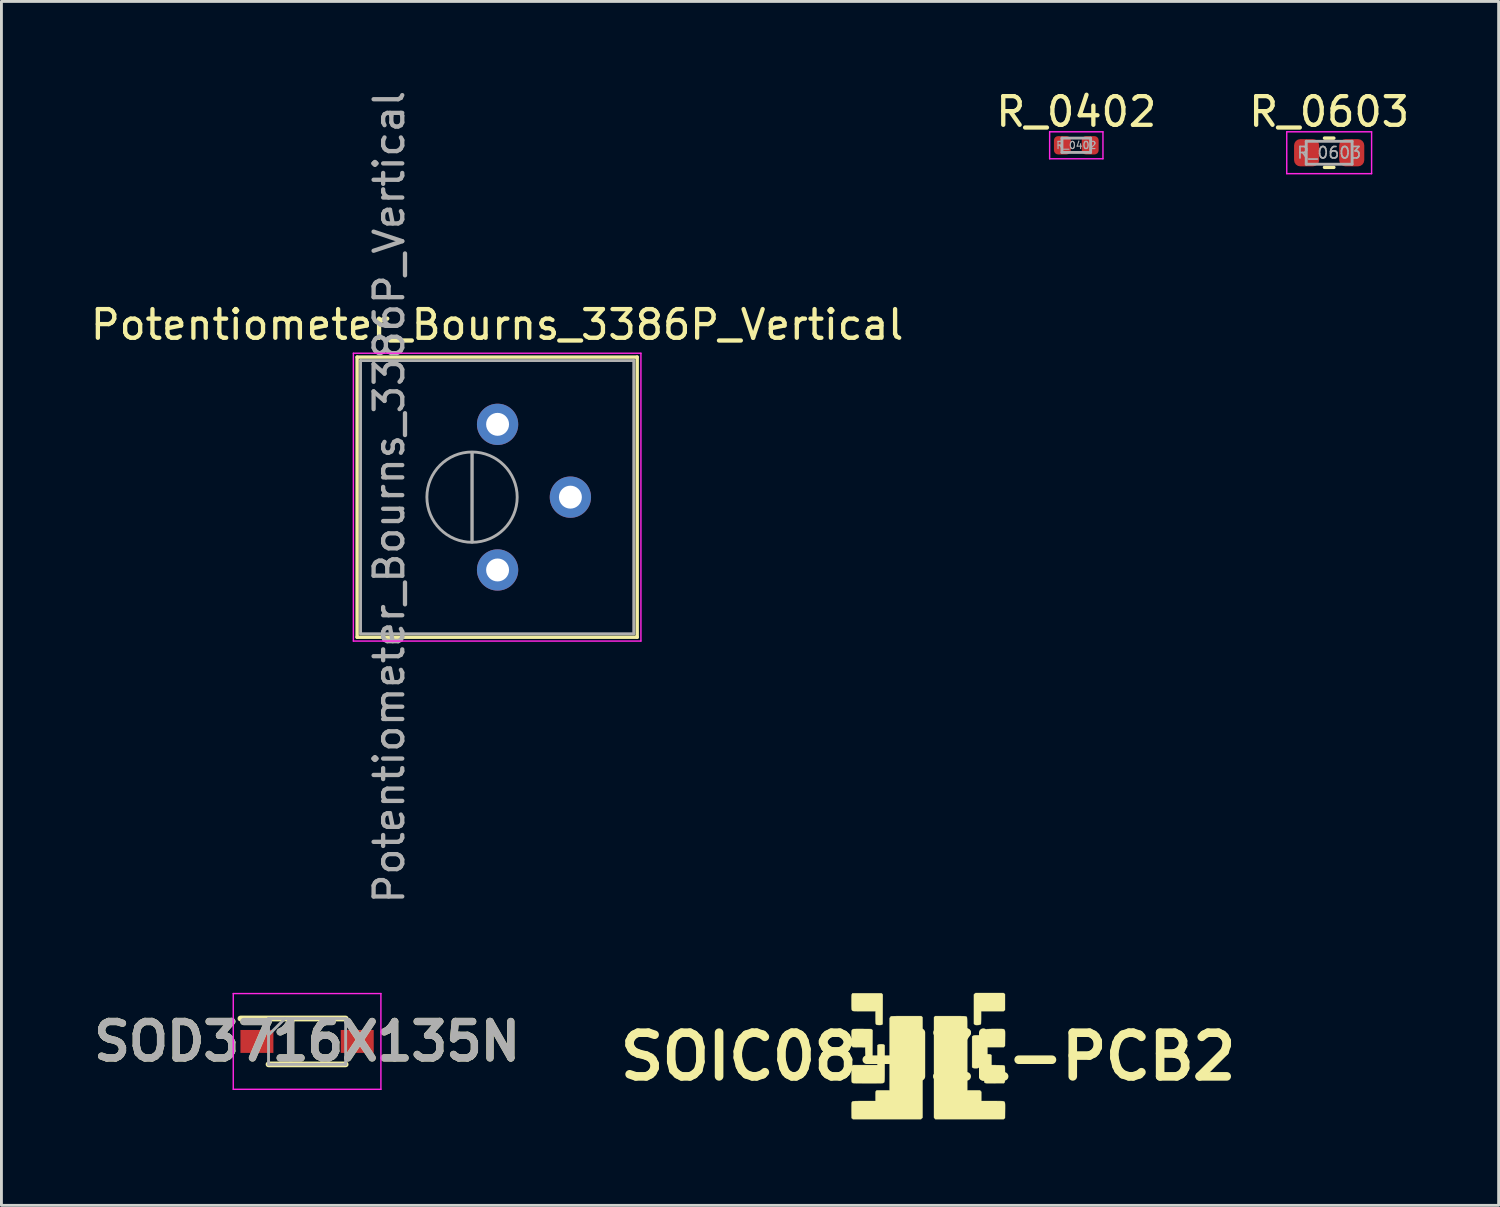
<source format=kicad_pcb>
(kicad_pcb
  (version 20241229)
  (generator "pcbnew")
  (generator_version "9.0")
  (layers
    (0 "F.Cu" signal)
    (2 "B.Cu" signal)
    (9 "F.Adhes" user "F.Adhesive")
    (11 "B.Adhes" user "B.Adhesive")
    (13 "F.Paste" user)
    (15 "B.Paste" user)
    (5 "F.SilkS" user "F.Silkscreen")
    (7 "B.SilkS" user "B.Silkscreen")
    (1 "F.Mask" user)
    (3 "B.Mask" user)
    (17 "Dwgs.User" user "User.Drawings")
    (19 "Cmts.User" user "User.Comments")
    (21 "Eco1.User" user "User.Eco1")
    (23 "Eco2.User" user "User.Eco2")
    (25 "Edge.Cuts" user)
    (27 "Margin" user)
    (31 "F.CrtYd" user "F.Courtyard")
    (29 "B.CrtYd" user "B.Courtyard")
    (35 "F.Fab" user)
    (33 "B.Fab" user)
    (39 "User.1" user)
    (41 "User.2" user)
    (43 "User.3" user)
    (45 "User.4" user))
  (footprint "SOD3716X135N"
    (layer "F.Cu")
    (at 7.662 33.278)
    (property "Reference" "SOD3716X135N" (at 0 0 0) (layer "F.SilkS") (effects (font (size 1.27 1.27) (thickness 0.254))))
    (attr smd)
    (fp_line (start -2.325 -0.8) (end 1.345 -0.8) (stroke (width 0.2) (type solid)) (layer "F.SilkS"))
    (fp_line (start -1.345 0.8) (end 1.345 0.8) (stroke (width 0.2) (type solid)) (layer "F.SilkS"))
    (fp_line (start -2.575 -1.67) (end 2.575 -1.67) (stroke (width 0.05) (type solid)) (layer "F.CrtYd"))
    (fp_line (start -2.575 1.67) (end -2.575 -1.67) (stroke (width 0.05) (type solid)) (layer "F.CrtYd"))
    (fp_line (start 2.575 -1.67) (end 2.575 1.67) (stroke (width 0.05) (type solid)) (layer "F.CrtYd"))
    (fp_line (start 2.575 1.67) (end -2.575 1.67) (stroke (width 0.05) (type solid)) (layer "F.CrtYd"))
    (fp_line (start -1.345 -0.8) (end 1.345 -0.8) (stroke (width 0.1) (type solid)) (layer "F.Fab"))
    (fp_line (start -1.345 -0.225) (end -0.77 -0.8) (stroke (width 0.1) (type solid)) (layer "F.Fab"))
    (fp_line (start -1.345 0.8) (end -1.345 -0.8) (stroke (width 0.1) (type solid)) (layer "F.Fab"))
    (fp_line (start 1.345 -0.8) (end 1.345 0.8) (stroke (width 0.1) (type solid)) (layer "F.Fab"))
    (fp_line (start 1.345 0.8) (end -1.345 0.8) (stroke (width 0.1) (type solid)) (layer "F.Fab"))
    (fp_text user "${REFERENCE}" (at 0 0 0) (layer "F.Fab") (effects (font (size 1.27 1.27) (thickness 0.254))))
    (pad "1" smd rect (at -1.75 0 90) (size 0.8 1.15) (layers "F.Cu" "F.Mask" "F.Paste"))
    (pad "2" smd rect (at 1.75 0 90) (size 0.8 1.15) (layers "F.Cu" "F.Mask" "F.Paste")))
  (footprint "R_0402"
    (layer "F.Cu")
    (at 34.494 2.018)
    (property "Reference" "R_0402" (at 0 -1.17 0) (layer "F.SilkS") (effects (font (size 1 1) (thickness 0.15))))
    (attr smd)
    (fp_line (start -0.93 -0.47) (end 0.93 -0.47) (stroke (width 0.05) (type solid)) (layer "F.CrtYd"))
    (fp_line (start -0.93 0.47) (end -0.93 -0.47) (stroke (width 0.05) (type solid)) (layer "F.CrtYd"))
    (fp_line (start 0.93 -0.47) (end 0.93 0.47) (stroke (width 0.05) (type solid)) (layer "F.CrtYd"))
    (fp_line (start 0.93 0.47) (end -0.93 0.47) (stroke (width 0.05) (type solid)) (layer "F.CrtYd"))
    (fp_line (start -0.5 -0.25) (end 0.5 -0.25) (stroke (width 0.1) (type solid)) (layer "F.Fab"))
    (fp_line (start -0.5 0.25) (end -0.5 -0.25) (stroke (width 0.1) (type solid)) (layer "F.Fab"))
    (fp_line (start 0.5 -0.25) (end 0.5 0.25) (stroke (width 0.1) (type solid)) (layer "F.Fab"))
    (fp_line (start 0.5 0.25) (end -0.5 0.25) (stroke (width 0.1) (type solid)) (layer "F.Fab"))
    (fp_text user "${REFERENCE}" (at 0 0 0) (layer "F.Fab") (effects (font (size 0.25 0.25) (thickness 0.04))))
    (pad "1" smd roundrect (at -0.485 0) (size 0.59 0.64) (layers "F.Cu" "F.Mask" "F.Paste") (roundrect_rratio 0.25))
    (pad "2" smd roundrect (at 0.485 0) (size 0.59 0.64) (layers "F.Cu" "F.Mask" "F.Paste") (roundrect_rratio 0.25)))
  (footprint "SOIC08-IZL-PCB2"
    (layer "F.Cu")
    (at 29.327 33.807)
    (property "Reference" "SOIC08-IZL-PCB2" (at 0 0 0) (layer "F.SilkS") (effects (font (size 1.524 1.524) (thickness 0.3))))
    (attr through_hole)
    (fp_poly (pts (xy 2.656 -2.198) (xy 2.68 -2.177) (xy 2.68 -1.624) (xy 2.629 -1.583) (xy 2.237 -1.583) (xy 1.846 -1.583) (xy 1.846 -1.368) (xy 1.846 -1.309) (xy 1.845 -1.255) (xy 1.844 -1.208) (xy 1.843 -1.172) (xy 1.842 -1.148) (xy 1.84 -1.139) (xy 1.826 -1.121) (xy 1.798 -1.109) (xy 1.755 -1.102) (xy 1.712 -1.101) (xy 1.676 -1.101) (xy 1.652 -1.103) (xy 1.636 -1.107) (xy 1.625 -1.114) (xy 1.616 -1.123) (xy 1.596 -1.144) (xy 1.596 -2.169) (xy 1.651 -2.218) (xy 2.142 -2.218) (xy 2.632 -2.218) (xy 2.656 -2.198)) (stroke (width 0.01) (type solid)) (fill yes) (layer "F.SilkS"))
    (fp_poly (pts (xy -2.329 -0.964) (xy -2.276 -0.964) (xy -1.983 -0.961) (xy -1.96 -0.94) (xy -1.938 -0.92) (xy -1.941 -0.456) (xy -1.943 0.008) (xy -1.962 0.027) (xy -1.973 0.036) (xy -1.986 0.042) (xy -2.006 0.046) (xy -2.035 0.048) (xy -2.068 0.049) (xy -2.112 0.05) (xy -2.141 0.049) (xy -2.161 0.045) (xy -2.172 0.039) (xy -2.177 0.034) (xy -2.182 0.026) (xy -2.185 0.014) (xy -2.187 -0.006) (xy -2.189 -0.035) (xy -2.191 -0.075) (xy -2.192 -0.13) (xy -2.193 -0.15) (xy -2.197 -0.326) (xy -2.414 -0.328) (xy -2.63 -0.33) (xy -2.651 -0.352) (xy -2.671 -0.374) (xy -2.674 -0.636) (xy -2.674 -0.71) (xy -2.675 -0.769) (xy -2.675 -0.814) (xy -2.674 -0.849) (xy -2.673 -0.875) (xy -2.671 -0.893) (xy -2.668 -0.906) (xy -2.665 -0.916) (xy -2.66 -0.925) (xy -2.658 -0.927) (xy -2.642 -0.948) (xy -2.621 -0.958) (xy -2.605 -0.961) (xy -2.588 -0.962) (xy -2.557 -0.963) (xy -2.513 -0.964) (xy -2.459 -0.964) (xy -2.397 -0.964) (xy -2.329 -0.964)) (stroke (width 0.01) (type solid)) (fill yes) (layer "F.SilkS"))
    (fp_poly (pts (xy -1.604 -2.187) (xy -1.583 -2.164) (xy -1.587 -1.134) (xy -1.609 -1.117) (xy -1.622 -1.109) (xy -1.64 -1.104) (xy -1.667 -1.102) (xy -1.706 -1.101) (xy -1.706 -1.101) (xy -1.742 -1.103) (xy -1.774 -1.105) (xy -1.796 -1.109) (xy -1.8 -1.111) (xy -1.811 -1.117) (xy -1.82 -1.126) (xy -1.826 -1.14) (xy -1.831 -1.16) (xy -1.834 -1.189) (xy -1.836 -1.228) (xy -1.837 -1.28) (xy -1.837 -1.346) (xy -1.837 -1.372) (xy -1.837 -1.583) (xy -2.222 -1.583) (xy -2.322 -1.583) (xy -2.406 -1.584) (xy -2.476 -1.585) (xy -2.531 -1.586) (xy -2.573 -1.587) (xy -2.603 -1.589) (xy -2.622 -1.591) (xy -2.629 -1.593) (xy -2.642 -1.6) (xy -2.652 -1.608) (xy -2.659 -1.619) (xy -2.665 -1.635) (xy -2.67 -1.658) (xy -2.672 -1.69) (xy -2.674 -1.733) (xy -2.675 -1.787) (xy -2.675 -1.856) (xy -2.675 -1.902) (xy -2.675 -1.975) (xy -2.675 -2.032) (xy -2.675 -2.077) (xy -2.673 -2.11) (xy -2.672 -2.135) (xy -2.67 -2.153) (xy -2.667 -2.165) (xy -2.663 -2.175) (xy -2.659 -2.182) (xy -2.642 -2.21) (xy -1.625 -2.21) (xy -1.604 -2.187)) (stroke (width 0.01) (type solid)) (fill yes) (layer "F.SilkS"))
    (fp_poly (pts (xy -0.216 -1.391) (xy -0.195 -1.368) (xy -0.195 2.13) (xy -0.251 2.184) (xy -2.624 2.184) (xy -2.647 2.164) (xy -2.671 2.144) (xy -2.674 1.891) (xy -2.674 1.802) (xy -2.674 1.73) (xy -2.673 1.673) (xy -2.671 1.633) (xy -2.668 1.609) (xy -2.667 1.607) (xy -2.663 1.594) (xy -2.659 1.583) (xy -2.652 1.574) (xy -2.643 1.567) (xy -2.628 1.561) (xy -2.607 1.557) (xy -2.578 1.554) (xy -2.54 1.552) (xy -2.492 1.551) (xy -2.432 1.55) (xy -2.358 1.549) (xy -2.269 1.549) (xy -1.837 1.549) (xy -1.837 1.384) (xy -1.837 1.327) (xy -1.837 1.285) (xy -1.836 1.254) (xy -1.834 1.233) (xy -1.831 1.219) (xy -1.827 1.21) (xy -1.821 1.202) (xy -1.816 1.198) (xy -1.796 1.177) (xy -1.346 1.177) (xy -1.346 -1.337) (xy -1.328 -1.367) (xy -1.313 -1.388) (xy -1.298 -1.404) (xy -1.295 -1.406) (xy -1.283 -1.407) (xy -1.255 -1.409) (xy -1.212 -1.41) (xy -1.155 -1.412) (xy -1.083 -1.413) (xy -0.999 -1.413) (xy -0.903 -1.414) (xy -0.795 -1.414) (xy -0.759 -1.414) (xy -0.238 -1.414) (xy -0.216 -1.391)) (stroke (width 0.01) (type solid)) (fill yes) (layer "F.SilkS"))
    (fp_poly (pts (xy 2.128 -0.084) (xy 2.154 -0.082) (xy 2.172 -0.077) (xy 2.185 -0.069) (xy 2.187 -0.067) (xy 2.21 -0.05) (xy 2.21 0.294) (xy 2.426 0.298) (xy 2.492 0.299) (xy 2.543 0.3) (xy 2.582 0.301) (xy 2.61 0.303) (xy 2.629 0.305) (xy 2.642 0.308) (xy 2.651 0.312) (xy 2.658 0.317) (xy 2.661 0.32) (xy 2.666 0.326) (xy 2.67 0.332) (xy 2.673 0.341) (xy 2.676 0.354) (xy 2.677 0.374) (xy 2.679 0.401) (xy 2.679 0.439) (xy 2.68 0.488) (xy 2.68 0.551) (xy 2.68 0.614) (xy 2.68 0.689) (xy 2.68 0.749) (xy 2.679 0.796) (xy 2.678 0.832) (xy 2.677 0.858) (xy 2.675 0.876) (xy 2.673 0.889) (xy 2.669 0.897) (xy 2.665 0.903) (xy 2.66 0.908) (xy 2.641 0.927) (xy 2.326 0.929) (xy 2.244 0.93) (xy 2.178 0.93) (xy 2.125 0.93) (xy 2.084 0.93) (xy 2.053 0.929) (xy 2.03 0.928) (xy 2.013 0.926) (xy 2.001 0.923) (xy 1.992 0.919) (xy 1.984 0.915) (xy 1.983 0.915) (xy 1.956 0.898) (xy 1.956 -0.027) (xy 1.985 -0.056) (xy 1.999 -0.07) (xy 2.012 -0.078) (xy 2.027 -0.083) (xy 2.05 -0.084) (xy 2.084 -0.085) (xy 2.089 -0.085) (xy 2.128 -0.084)) (stroke (width 0.01) (type solid)) (fill yes) (layer "F.SilkS"))
    (fp_poly (pts (xy -1.599 -0.431) (xy -1.574 -0.43) (xy -1.557 -0.425) (xy -1.545 -0.418) (xy -1.537 -0.412) (xy -1.516 -0.392) (xy -1.516 0.242) (xy -1.516 0.362) (xy -1.516 0.466) (xy -1.516 0.556) (xy -1.516 0.632) (xy -1.517 0.696) (xy -1.518 0.748) (xy -1.519 0.791) (xy -1.521 0.825) (xy -1.523 0.851) (xy -1.526 0.871) (xy -1.53 0.885) (xy -1.534 0.895) (xy -1.539 0.902) (xy -1.545 0.908) (xy -1.552 0.912) (xy -1.56 0.917) (xy -1.565 0.92) (xy -1.573 0.922) (xy -1.585 0.924) (xy -1.601 0.926) (xy -1.623 0.928) (xy -1.652 0.929) (xy -1.69 0.93) (xy -1.738 0.93) (xy -1.797 0.931) (xy -1.869 0.931) (xy -1.955 0.931) (xy -2.056 0.931) (xy -2.097 0.931) (xy -2.21 0.931) (xy -2.307 0.931) (xy -2.389 0.93) (xy -2.457 0.93) (xy -2.512 0.929) (xy -2.556 0.928) (xy -2.589 0.926) (xy -2.612 0.924) (xy -2.627 0.922) (xy -2.633 0.92) (xy -2.644 0.914) (xy -2.654 0.906) (xy -2.661 0.896) (xy -2.666 0.88) (xy -2.67 0.858) (xy -2.672 0.828) (xy -2.674 0.787) (xy -2.674 0.735) (xy -2.674 0.669) (xy -2.673 0.603) (xy -2.671 0.337) (xy -2.647 0.317) (xy -2.624 0.296) (xy -1.77 0.296) (xy -1.77 -0.398) (xy -1.742 -0.415) (xy -1.724 -0.423) (xy -1.703 -0.429) (xy -1.673 -0.431) (xy -1.637 -0.432) (xy -1.599 -0.431)) (stroke (width 0.01) (type solid)) (fill yes) (layer "F.SilkS"))
    (fp_poly (pts (xy 0.978 -1.414) (xy 1.059 -1.414) (xy 1.127 -1.413) (xy 1.184 -1.412) (xy 1.229 -1.411) (xy 1.265 -1.409) (xy 1.292 -1.406) (xy 1.313 -1.402) (xy 1.327 -1.398) (xy 1.337 -1.392) (xy 1.344 -1.385) (xy 1.348 -1.377) (xy 1.352 -1.367) (xy 1.354 -1.362) (xy 1.355 -1.352) (xy 1.356 -1.331) (xy 1.358 -1.298) (xy 1.359 -1.252) (xy 1.36 -1.194) (xy 1.36 -1.122) (xy 1.361 -1.037) (xy 1.362 -0.938) (xy 1.362 -0.824) (xy 1.363 -0.696) (xy 1.363 -0.552) (xy 1.363 -0.392) (xy 1.363 -0.216) (xy 1.363 -0.079) (xy 1.363 1.177) (xy 1.805 1.177) (xy 1.83 1.203) (xy 1.854 1.229) (xy 1.854 1.549) (xy 2.237 1.549) (xy 2.328 1.549) (xy 2.403 1.55) (xy 2.465 1.55) (xy 2.514 1.55) (xy 2.553 1.551) (xy 2.582 1.552) (xy 2.604 1.554) (xy 2.62 1.556) (xy 2.632 1.559) (xy 2.64 1.562) (xy 2.647 1.566) (xy 2.647 1.566) (xy 2.657 1.573) (xy 2.665 1.581) (xy 2.672 1.592) (xy 2.676 1.609) (xy 2.68 1.632) (xy 2.682 1.663) (xy 2.683 1.704) (xy 2.683 1.758) (xy 2.683 1.825) (xy 2.682 1.899) (xy 2.68 2.144) (xy 2.656 2.164) (xy 2.632 2.184) (xy 0.25 2.184) (xy 0.226 2.157) (xy 0.203 2.13) (xy 0.203 -1.372) (xy 0.224 -1.393) (xy 0.245 -1.414) (xy 0.882 -1.414) (xy 0.978 -1.414)) (stroke (width 0.01) (type solid)) (fill yes) (layer "F.SilkS"))
    (fp_poly (pts (xy 2.464 -0.965) (xy 2.518 -0.965) (xy 2.564 -0.964) (xy 2.601 -0.963) (xy 2.624 -0.961) (xy 2.631 -0.96) (xy 2.648 -0.95) (xy 2.665 -0.931) (xy 2.667 -0.927) (xy 2.672 -0.918) (xy 2.676 -0.909) (xy 2.679 -0.897) (xy 2.681 -0.88) (xy 2.682 -0.856) (xy 2.683 -0.824) (xy 2.683 -0.781) (xy 2.683 -0.725) (xy 2.682 -0.655) (xy 2.682 -0.636) (xy 2.68 -0.374) (xy 2.659 -0.352) (xy 2.639 -0.33) (xy 1.786 -0.33) (xy 1.786 0.373) (xy 1.759 0.39) (xy 1.732 0.4) (xy 1.695 0.406) (xy 1.654 0.408) (xy 1.613 0.406) (xy 1.579 0.4) (xy 1.555 0.389) (xy 1.555 0.389) (xy 1.532 0.371) (xy 1.532 -0.703) (xy 1.566 -0.724) (xy 1.577 -0.731) (xy 1.588 -0.736) (xy 1.601 -0.74) (xy 1.619 -0.742) (xy 1.643 -0.744) (xy 1.677 -0.745) (xy 1.722 -0.745) (xy 1.782 -0.745) (xy 1.789 -0.745) (xy 1.855 -0.745) (xy 1.907 -0.746) (xy 1.945 -0.747) (xy 1.972 -0.752) (xy 1.99 -0.76) (xy 2 -0.772) (xy 2.005 -0.789) (xy 2.007 -0.813) (xy 2.007 -0.843) (xy 2.007 -0.852) (xy 2.007 -0.891) (xy 2.009 -0.918) (xy 2.014 -0.935) (xy 2.023 -0.946) (xy 2.036 -0.955) (xy 2.038 -0.955) (xy 2.05 -0.958) (xy 2.077 -0.96) (xy 2.116 -0.961) (xy 2.164 -0.963) (xy 2.22 -0.964) (xy 2.28 -0.965) (xy 2.342 -0.965) (xy 2.404 -0.966) (xy 2.464 -0.965)) (stroke (width 0.01) (type solid)) (fill yes) (layer "F.SilkS")))
  (footprint "Potentiometer_Bourns_3386P_Vertical"
    (layer "F.Cu")
    (at 14.307 16.832)
    (property "Reference" "Potentiometer_Bourns_3386P_Vertical" (at -0.015 -8.555 0) (layer "F.SilkS") (effects (font (size 1 1) (thickness 0.15))))
    (attr through_hole)
    (fp_line (start -4.9 -7.425) (end -4.9 2.345) (stroke (width 0.12) (type solid)) (layer "F.SilkS"))
    (fp_line (start -4.9 -7.425) (end 4.87 -7.425) (stroke (width 0.12) (type solid)) (layer "F.SilkS"))
    (fp_line (start -4.9 2.345) (end 4.87 2.345) (stroke (width 0.12) (type solid)) (layer "F.SilkS"))
    (fp_line (start 4.87 -7.425) (end 4.87 2.345) (stroke (width 0.12) (type solid)) (layer "F.SilkS"))
    (fp_line (start -5.03 -7.56) (end -5.03 2.48) (stroke (width 0.05) (type solid)) (layer "F.CrtYd"))
    (fp_line (start -5.03 2.48) (end 5 2.48) (stroke (width 0.05) (type solid)) (layer "F.CrtYd"))
    (fp_line (start 5 -7.56) (end -5.03 -7.56) (stroke (width 0.05) (type solid)) (layer "F.CrtYd"))
    (fp_line (start 5 2.48) (end 5 -7.56) (stroke (width 0.05) (type solid)) (layer "F.CrtYd"))
    (fp_line (start -4.78 -7.305) (end -4.78 2.225) (stroke (width 0.1) (type solid)) (layer "F.Fab"))
    (fp_line (start -4.78 2.225) (end 4.75 2.225) (stroke (width 0.1) (type solid)) (layer "F.Fab"))
    (fp_line (start -0.891 -0.98) (end -0.89 -4.099) (stroke (width 0.1) (type solid)) (layer "F.Fab"))
    (fp_line (start -0.891 -0.98) (end -0.89 -4.099) (stroke (width 0.1) (type solid)) (layer "F.Fab"))
    (fp_line (start 4.75 -7.305) (end -4.78 -7.305) (stroke (width 0.1) (type solid)) (layer "F.Fab"))
    (fp_line (start 4.75 2.225) (end 4.75 -7.305) (stroke (width 0.1) (type solid)) (layer "F.Fab"))
    (fp_circle (center -0.891 -2.54) (end 0.684 -2.54) (stroke (width 0.1) (type solid)) (fill no) (layer "F.Fab"))
    (fp_text user "${REFERENCE}" (at -3.78 -2.54 90) (layer "F.Fab") (effects (font (size 1 1) (thickness 0.15))))
    (pad "1" thru_hole circle (at 0 0) (size 1.44 1.44) (drill 0.8) (layers "*.Cu" "*.Mask"))
    (pad "2" thru_hole circle (at 2.54 -2.54) (size 1.44 1.44) (drill 0.8) (layers "*.Cu" "*.Mask"))
    (pad "3" thru_hole circle (at 0 -5.08) (size 1.44 1.44) (drill 0.8) (layers "*.Cu" "*.Mask")))
  (footprint "R_0603"
    (layer "F.Cu")
    (at 43.315 2.278)
    (property "Reference" "R_0603" (at 0 -1.43 0) (layer "F.SilkS") (effects (font (size 1 1) (thickness 0.15))))
    (attr smd)
    (fp_line (start -0.163 -0.51) (end 0.163 -0.51) (stroke (width 0.12) (type solid)) (layer "F.SilkS"))
    (fp_line (start -0.163 0.51) (end 0.163 0.51) (stroke (width 0.12) (type solid)) (layer "F.SilkS"))
    (fp_line (start -1.48 -0.73) (end 1.48 -0.73) (stroke (width 0.05) (type solid)) (layer "F.CrtYd"))
    (fp_line (start -1.48 0.73) (end -1.48 -0.73) (stroke (width 0.05) (type solid)) (layer "F.CrtYd"))
    (fp_line (start 1.48 -0.73) (end 1.48 0.73) (stroke (width 0.05) (type solid)) (layer "F.CrtYd"))
    (fp_line (start 1.48 0.73) (end -1.48 0.73) (stroke (width 0.05) (type solid)) (layer "F.CrtYd"))
    (fp_line (start -0.8 -0.4) (end 0.8 -0.4) (stroke (width 0.1) (type solid)) (layer "F.Fab"))
    (fp_line (start -0.8 0.4) (end -0.8 -0.4) (stroke (width 0.1) (type solid)) (layer "F.Fab"))
    (fp_line (start 0.8 -0.4) (end 0.8 0.4) (stroke (width 0.1) (type solid)) (layer "F.Fab"))
    (fp_line (start 0.8 0.4) (end -0.8 0.4) (stroke (width 0.1) (type solid)) (layer "F.Fab"))
    (fp_text user "${REFERENCE}" (at 0 0 0) (layer "F.Fab") (effects (font (size 0.4 0.4) (thickness 0.06))))
    (pad "1" smd roundrect (at -0.787 0) (size 0.875 0.95) (layers "F.Cu" "F.Mask" "F.Paste") (roundrect_rratio 0.25))
    (pad "2" smd roundrect (at 0.787 0) (size 0.875 0.95) (layers "F.Cu" "F.Mask" "F.Paste") (roundrect_rratio 0.25)))
  (gr_rect
    (start -3 -3)
    (end 49.226 38.996)
    (stroke (width 0.1) (type default))
    (fill no)
    (layer "Edge.Cuts")))
</source>
